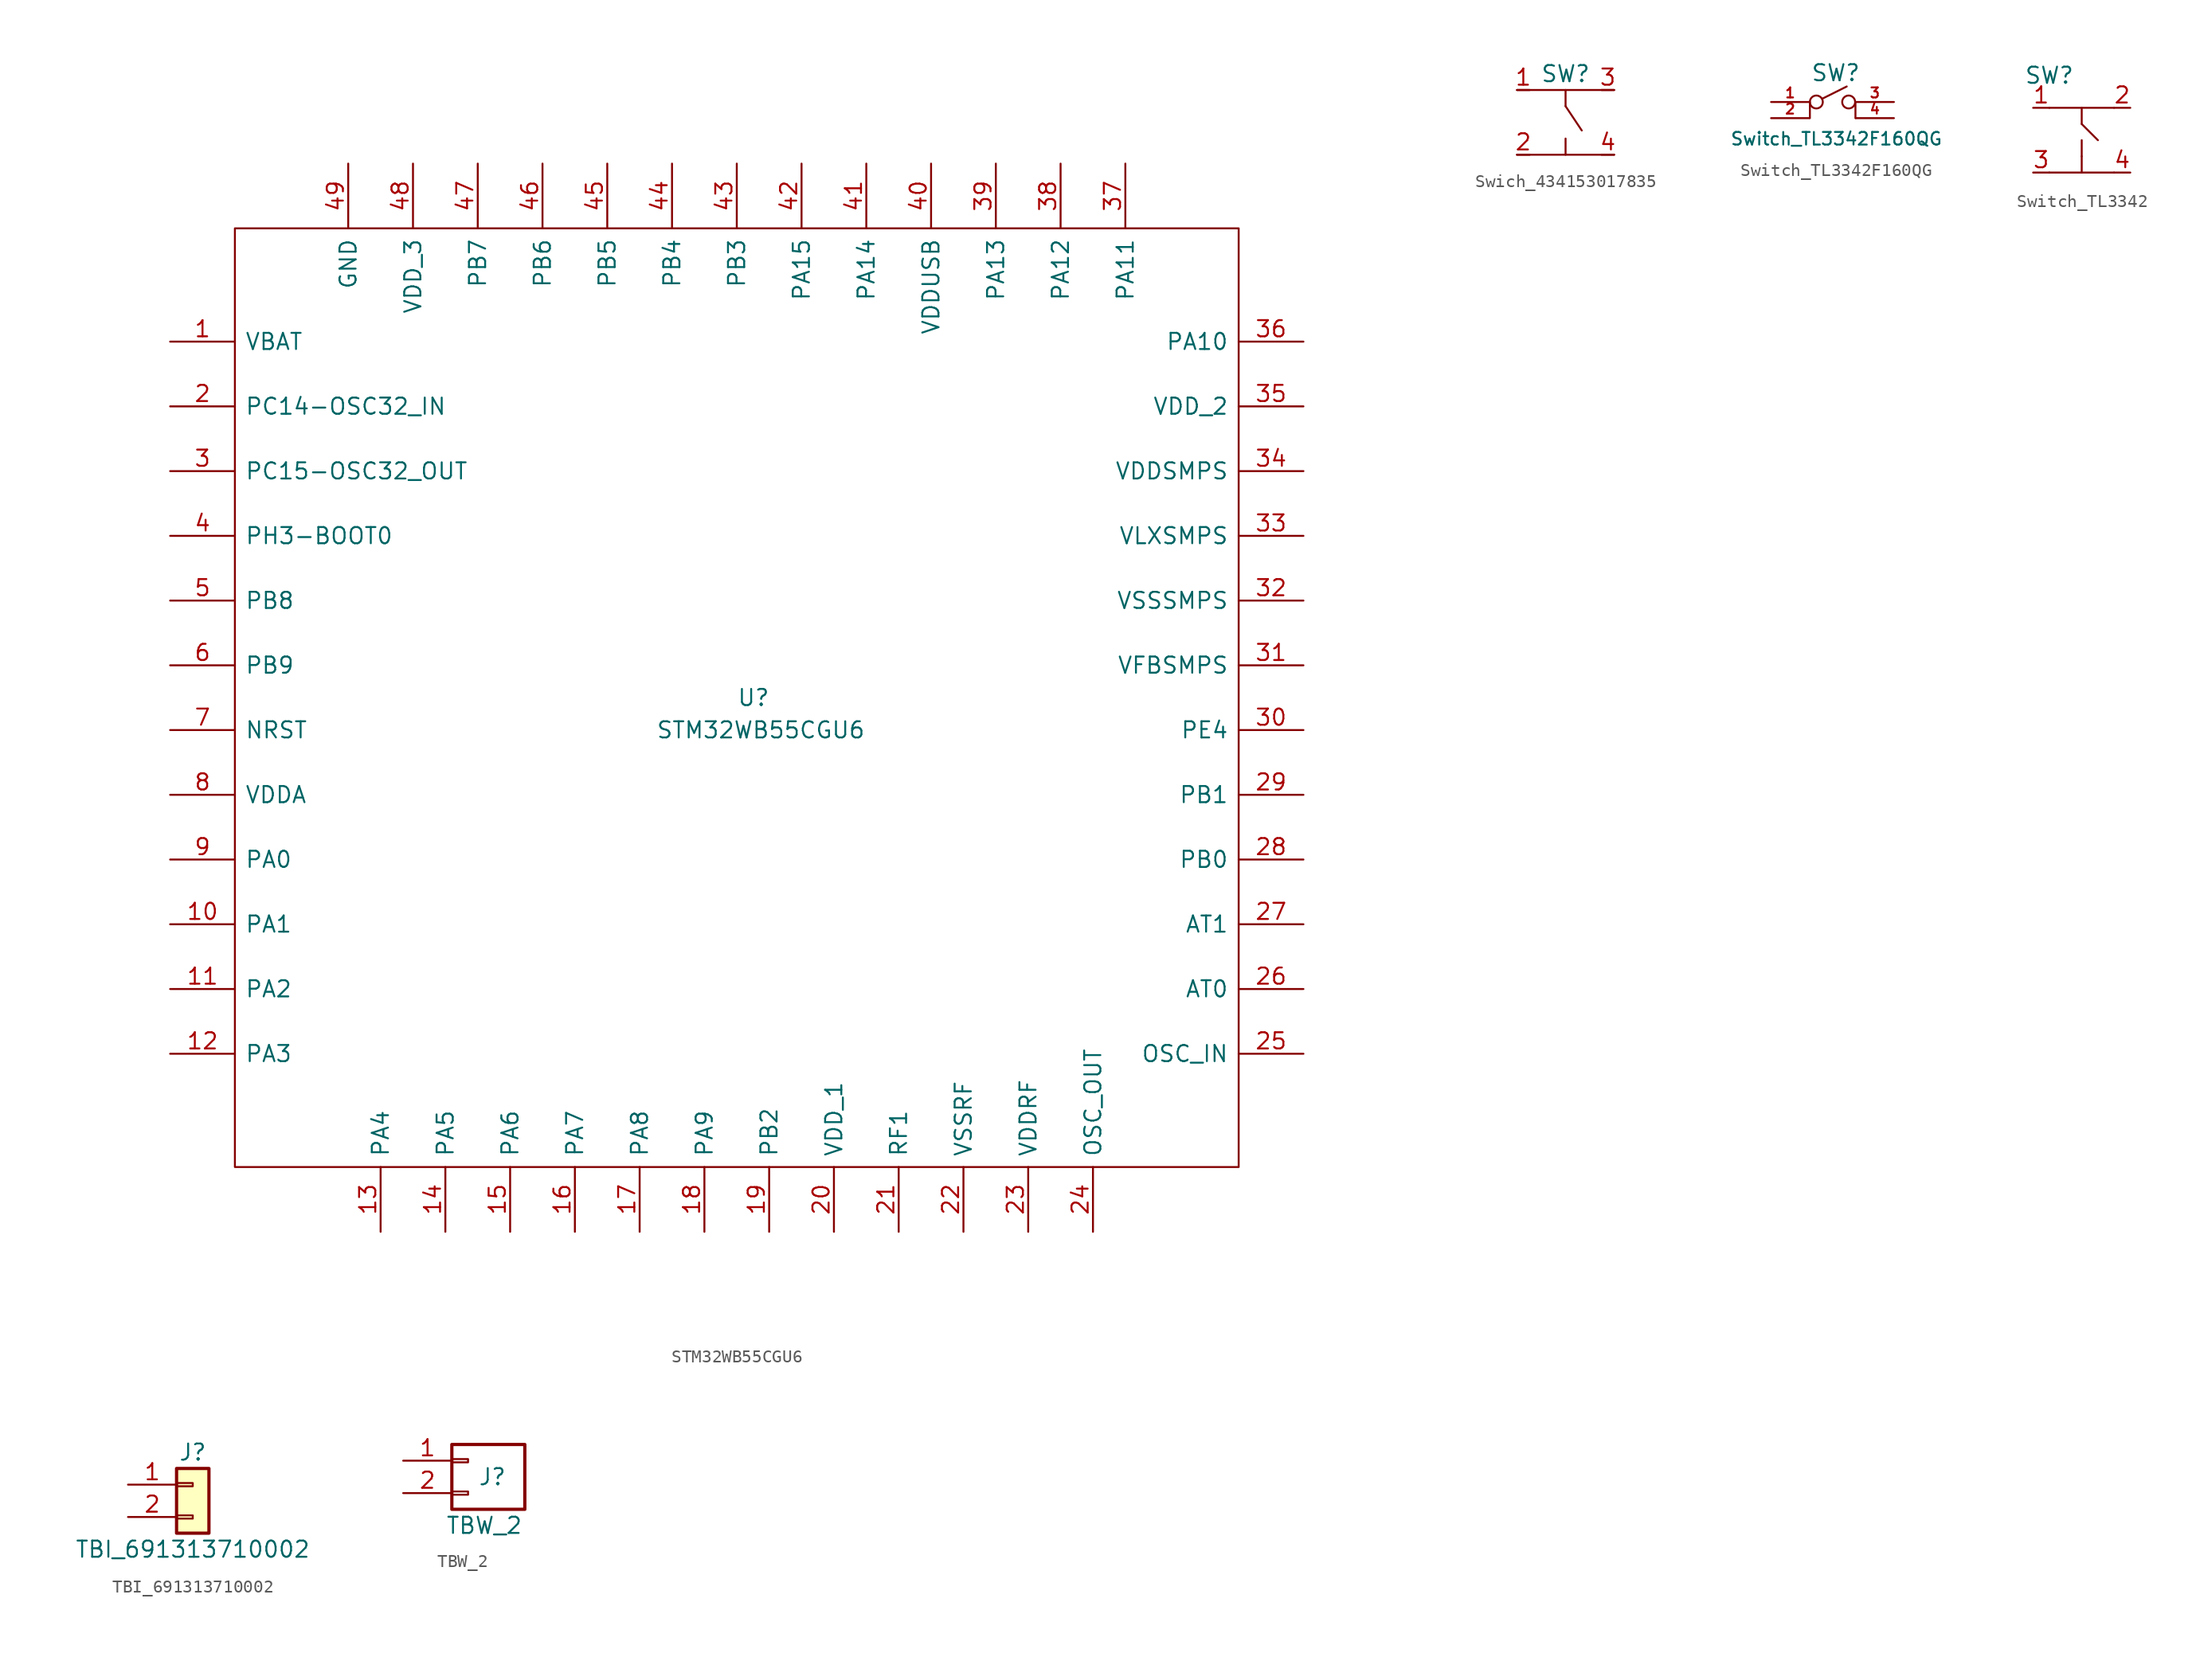
<source format=kicad_sym>
(kicad_symbol_lib
  (version 20211014)
  (generator kicad_symbol_editor)
  (symbol "STM32WB55CGU6"
    (pin_names
      (offset 0.762))
    (property "Reference" "U"
      (at 44.45 -27.94 0)
      (effects (font (size 1.27 1.27)) (justify left)))
    (property "Value" "STM32WB55CGU6"
      (at 38.1 -30.48 0)
      (effects (font (size 1.27 1.27)) (justify left)))
    (symbol "STM32WB55CGU6_0_0"
      (pin unspecified line (at 0 0 0) (length 5.08) (name "VBAT" (effects (font (size 1.27 1.27)))) (number "1" (effects (font (size 1.27 1.27)))))
      (pin unspecified line (at 0 -45.72 0) (length 5.08) (name "PA1" (effects (font (size 1.27 1.27)))) (number "10" (effects (font (size 1.27 1.27)))))
      (pin unspecified line (at 0 -50.8 0) (length 5.08) (name "PA2" (effects (font (size 1.27 1.27)))) (number "11" (effects (font (size 1.27 1.27)))))
      (pin unspecified line (at 0 -55.88 0) (length 5.08) (name "PA3" (effects (font (size 1.27 1.27)))) (number "12" (effects (font (size 1.27 1.27)))))
      (pin unspecified line (at 16.51 -69.85 90) (length 5.08) (name "PA4" (effects (font (size 1.27 1.27)))) (number "13" (effects (font (size 1.27 1.27)))))
      (pin unspecified line (at 21.59 -69.85 90) (length 5.08) (name "PA5" (effects (font (size 1.27 1.27)))) (number "14" (effects (font (size 1.27 1.27)))))
      (pin unspecified line (at 26.67 -69.85 90) (length 5.08) (name "PA6" (effects (font (size 1.27 1.27)))) (number "15" (effects (font (size 1.27 1.27)))))
      (pin unspecified line (at 31.75 -69.85 90) (length 5.08) (name "PA7" (effects (font (size 1.27 1.27)))) (number "16" (effects (font (size 1.27 1.27)))))
      (pin unspecified line (at 36.83 -69.85 90) (length 5.08) (name "PA8" (effects (font (size 1.27 1.27)))) (number "17" (effects (font (size 1.27 1.27)))))
      (pin unspecified line (at 41.91 -69.85 90) (length 5.08) (name "PA9" (effects (font (size 1.27 1.27)))) (number "18" (effects (font (size 1.27 1.27)))))
      (pin unspecified line (at 46.99 -69.85 90) (length 5.08) (name "PB2" (effects (font (size 1.27 1.27)))) (number "19" (effects (font (size 1.27 1.27)))))
      (pin unspecified line (at 0 -5.08 0) (length 5.08) (name "PC14-OSC32_IN" (effects (font (size 1.27 1.27)))) (number "2" (effects (font (size 1.27 1.27)))))
      (pin unspecified line (at 52.07 -69.85 90) (length 5.08) (name "VDD_1" (effects (font (size 1.27 1.27)))) (number "20" (effects (font (size 1.27 1.27)))))
      (pin unspecified line (at 57.15 -69.85 90) (length 5.08) (name "RF1" (effects (font (size 1.27 1.27)))) (number "21" (effects (font (size 1.27 1.27)))))
      (pin unspecified line (at 62.23 -69.85 90) (length 5.08) (name "VSSRF" (effects (font (size 1.27 1.27)))) (number "22" (effects (font (size 1.27 1.27)))))
      (pin unspecified line (at 67.31 -69.85 90) (length 5.08) (name "VDDRF" (effects (font (size 1.27 1.27)))) (number "23" (effects (font (size 1.27 1.27)))))
      (pin unspecified line (at 72.39 -69.85 90) (length 5.08) (name "OSC_OUT" (effects (font (size 1.27 1.27)))) (number "24" (effects (font (size 1.27 1.27)))))
      (pin unspecified line (at 88.9 -55.88 180) (length 5.08) (name "OSC_IN" (effects (font (size 1.27 1.27)))) (number "25" (effects (font (size 1.27 1.27)))))
      (pin unspecified line (at 88.9 -50.8 180) (length 5.08) (name "AT0" (effects (font (size 1.27 1.27)))) (number "26" (effects (font (size 1.27 1.27)))))
      (pin unspecified line (at 88.9 -45.72 180) (length 5.08) (name "AT1" (effects (font (size 1.27 1.27)))) (number "27" (effects (font (size 1.27 1.27)))))
      (pin unspecified line (at 88.9 -40.64 180) (length 5.08) (name "PB0" (effects (font (size 1.27 1.27)))) (number "28" (effects (font (size 1.27 1.27)))))
      (pin unspecified line (at 88.9 -35.56 180) (length 5.08) (name "PB1" (effects (font (size 1.27 1.27)))) (number "29" (effects (font (size 1.27 1.27)))))
      (pin unspecified line (at 0 -10.16 0) (length 5.08) (name "PC15-OSC32_OUT" (effects (font (size 1.27 1.27)))) (number "3" (effects (font (size 1.27 1.27)))))
      (pin unspecified line (at 88.9 -30.48 180) (length 5.08) (name "PE4" (effects (font (size 1.27 1.27)))) (number "30" (effects (font (size 1.27 1.27)))))
      (pin unspecified line (at 88.9 -25.4 180) (length 5.08) (name "VFBSMPS" (effects (font (size 1.27 1.27)))) (number "31" (effects (font (size 1.27 1.27)))))
      (pin unspecified line (at 88.9 -20.32 180) (length 5.08) (name "VSSSMPS" (effects (font (size 1.27 1.27)))) (number "32" (effects (font (size 1.27 1.27)))))
      (pin unspecified line (at 88.9 -15.24 180) (length 5.08) (name "VLXSMPS" (effects (font (size 1.27 1.27)))) (number "33" (effects (font (size 1.27 1.27)))))
      (pin unspecified line (at 88.9 -10.16 180) (length 5.08) (name "VDDSMPS" (effects (font (size 1.27 1.27)))) (number "34" (effects (font (size 1.27 1.27)))))
      (pin unspecified line (at 88.9 -5.08 180) (length 5.08) (name "VDD_2" (effects (font (size 1.27 1.27)))) (number "35" (effects (font (size 1.27 1.27)))))
      (pin unspecified line (at 88.9 0 180) (length 5.08) (name "PA10" (effects (font (size 1.27 1.27)))) (number "36" (effects (font (size 1.27 1.27)))))
      (pin unspecified line (at 74.93 13.97 270) (length 5.08) (name "PA11" (effects (font (size 1.27 1.27)))) (number "37" (effects (font (size 1.27 1.27)))))
      (pin unspecified line (at 69.85 13.97 270) (length 5.08) (name "PA12" (effects (font (size 1.27 1.27)))) (number "38" (effects (font (size 1.27 1.27)))))
      (pin unspecified line (at 64.77 13.97 270) (length 5.08) (name "PA13" (effects (font (size 1.27 1.27)))) (number "39" (effects (font (size 1.27 1.27)))))
      (pin unspecified line (at 0 -15.24 0) (length 5.08) (name "PH3-BOOT0" (effects (font (size 1.27 1.27)))) (number "4" (effects (font (size 1.27 1.27)))))
      (pin unspecified line (at 59.69 13.97 270) (length 5.08) (name "VDDUSB" (effects (font (size 1.27 1.27)))) (number "40" (effects (font (size 1.27 1.27)))))
      (pin unspecified line (at 54.61 13.97 270) (length 5.08) (name "PA14" (effects (font (size 1.27 1.27)))) (number "41" (effects (font (size 1.27 1.27)))))
      (pin unspecified line (at 49.53 13.97 270) (length 5.08) (name "PA15" (effects (font (size 1.27 1.27)))) (number "42" (effects (font (size 1.27 1.27)))))
      (pin unspecified line (at 44.45 13.97 270) (length 5.08) (name "PB3" (effects (font (size 1.27 1.27)))) (number "43" (effects (font (size 1.27 1.27)))))
      (pin unspecified line (at 39.37 13.97 270) (length 5.08) (name "PB4" (effects (font (size 1.27 1.27)))) (number "44" (effects (font (size 1.27 1.27)))))
      (pin unspecified line (at 34.29 13.97 270) (length 5.08) (name "PB5" (effects (font (size 1.27 1.27)))) (number "45" (effects (font (size 1.27 1.27)))))
      (pin unspecified line (at 29.21 13.97 270) (length 5.08) (name "PB6" (effects (font (size 1.27 1.27)))) (number "46" (effects (font (size 1.27 1.27)))))
      (pin unspecified line (at 24.13 13.97 270) (length 5.08) (name "PB7" (effects (font (size 1.27 1.27)))) (number "47" (effects (font (size 1.27 1.27)))))
      (pin unspecified line (at 19.05 13.97 270) (length 5.08) (name "VDD_3" (effects (font (size 1.27 1.27)))) (number "48" (effects (font (size 1.27 1.27)))))
      (pin unspecified line (at 13.97 13.97 270) (length 5.08) (name "GND" (effects (font (size 1.27 1.27)))) (number "49" (effects (font (size 1.27 1.27)))))
      (pin unspecified line (at 0 -20.32 0) (length 5.08) (name "PB8" (effects (font (size 1.27 1.27)))) (number "5" (effects (font (size 1.27 1.27)))))
      (pin unspecified line (at 0 -25.4 0) (length 5.08) (name "PB9" (effects (font (size 1.27 1.27)))) (number "6" (effects (font (size 1.27 1.27)))))
      (pin unspecified line (at 0 -30.48 0) (length 5.08) (name "NRST" (effects (font (size 1.27 1.27)))) (number "7" (effects (font (size 1.27 1.27)))))
      (pin unspecified line (at 0 -35.56 0) (length 5.08) (name "VDDA" (effects (font (size 1.27 1.27)))) (number "8" (effects (font (size 1.27 1.27)))))
      (pin unspecified line (at 0 -40.64 0) (length 5.08) (name "PA0" (effects (font (size 1.27 1.27)))) (number "9" (effects (font (size 1.27 1.27))))))
    (symbol "STM32WB55CGU6_0_1"
      (rectangle (start 5.08 -64.77) (end 83.82 8.89) (stroke (width 0) (type default) (color 0 0 0 0)) (fill (type none)))))
  (symbol "Swich_434153017835"
    (pin_names
      (offset 1.016))
    (property "Reference" "SW"
      (at 3.81 1.27 0)
      (effects (font (size 1.27 1.27))))
    (symbol "Swich_434153017835_0_1"
      (polyline (pts (xy 3.81 -1.27) (xy 5.08 -3.175)) (stroke (width 0) (type default) (color 0 0 0 0)) (fill (type none)))
      (rectangle (start 3.81 -3.81) (end 3.81 -5.08) (stroke (width 0) (type default) (color 0 0 0 0)) (fill (type none)))
      (rectangle (start 3.81 0) (end 3.81 -1.27) (stroke (width 0) (type default) (color 0 0 0 0)) (fill (type none)))
      (rectangle (start 7.62 0) (end 0 0) (stroke (width 0) (type default) (color 0 0 0 0)) (fill (type none))))
    (symbol "Swich_434153017835_1_1"
      (rectangle (start 7.62 -5.08) (end 0 -5.08) (stroke (width 0) (type default) (color 0 0 0 0)) (fill (type none)))
      (pin input line (at 0 0 0) (length 0.991) (name "~" (effects (font (size 1.27 1.27)))) (number "1" (effects (font (size 1.27 1.27)))))
      (pin input line (at 0 -5.08 0) (length 0.991) (name "~" (effects (font (size 1.27 1.27)))) (number "2" (effects (font (size 1.27 1.27)))))
      (pin input line (at 7.62 0 180) (length 0.991) (name "~" (effects (font (size 1.27 1.27)))) (number "3" (effects (font (size 1.27 1.27)))))
      (pin input line (at 7.62 -5.08 180) (length 0.991) (name "~" (effects (font (size 1.27 1.27)))) (number "4" (effects (font (size 1.27 1.27)))))))
  (symbol "Switch_TL3342F160QG"
    (pin_names
      (offset 0) hide)
    (property "Reference" "SW"
      (at -0.508 2.286 0)
      (effects (font (size 1.27 1.27))))
    (property "Value" "Switch_TL3342F160QG"
      (at -0.457 -2.896 0)
      (effects (font (size 0.991 0.991))))
    (symbol "Switch_TL3342F160QG_0_0"
      (circle (center -2.032 0) (radius 0.508) (stroke (width 0) (type default) (color 0 0 0 0)) (fill (type none)))
      (circle (center 0.508 0) (radius 0.508) (stroke (width 0) (type default) (color 0 0 0 0)) (fill (type none))))
    (symbol "Switch_TL3342F160QG_0_1"
      (polyline (pts (xy -2.54 -1.27) (xy -2.54 0)) (stroke (width 0.152) (type default) (color 0 0 0 0)) (fill (type none)))
      (polyline (pts (xy -1.575 0.254) (xy 0.356 1.219)) (stroke (width 0) (type default) (color 0 0 0 0)) (fill (type none)))
      (polyline (pts (xy 1.041 0) (xy 1.041 -1.27)) (stroke (width 0.152) (type default) (color 0 0 0 0)) (fill (type none))))
    (symbol "Switch_TL3342F160QG_1_1"
      (pin passive line (at -5.588 0 0) (length 2.997) (name "~" (effects (font (size 0.787 0.787)))) (number "1" (effects (font (size 0.787 0.787)))))
      (pin passive line (at -5.588 -1.27 0) (length 2.997) (name "~" (effects (font (size 0.787 0.787)))) (number "2" (effects (font (size 0.787 0.787)))))
      (pin passive line (at 4.064 0 180) (length 2.997) (name "~" (effects (font (size 0.787 0.787)))) (number "3" (effects (font (size 0.787 0.787)))))
      (pin passive line (at 4.064 -1.27 180) (length 2.997) (name "~" (effects (font (size 0.787 0.787)))) (number "4" (effects (font (size 0.787 0.787)))))))
  (symbol "Switch_TL3342"
    (pin_names
      (offset 1.016))
    (property "Reference" "SW"
      (at -2.54 5.08 0)
      (effects (font (size 1.27 1.27))))
    (symbol "Switch_TL3342_0_1"
      (polyline (pts (xy -2.54 -2.54) (xy 2.54 -2.54)) (stroke (width 0) (type default) (color 0 0 0 0)) (fill (type none)))
      (polyline (pts (xy -2.54 2.54) (xy 2.54 2.54)) (stroke (width 0) (type default) (color 0 0 0 0)) (fill (type none)))
      (polyline (pts (xy 0 -1.27) (xy 0 -2.54)) (stroke (width 0) (type default) (color 0 0 0 0)) (fill (type none)))
      (polyline (pts (xy 0 -1.27) (xy 0 0)) (stroke (width 0) (type default) (color 0 0 0 0)) (fill (type none)))
      (polyline (pts (xy 0 1.27) (xy 0 2.54)) (stroke (width 0) (type default) (color 0 0 0 0)) (fill (type none)))
      (polyline (pts (xy 0 1.27) (xy 1.27 0)) (stroke (width 0) (type default) (color 0 0 0 0)) (fill (type none))))
    (symbol "Switch_TL3342_1_1"
      (pin input line (at -3.81 2.54 0) (length 1.27) (name "~" (effects (font (size 1.27 1.27)))) (number "1" (effects (font (size 1.27 1.27)))))
      (pin input line (at 3.81 2.54 180) (length 1.27) (name "~" (effects (font (size 1.27 1.27)))) (number "2" (effects (font (size 1.27 1.27)))))
      (pin input line (at -3.81 -2.54 0) (length 1.27) (name "~" (effects (font (size 1.27 1.27)))) (number "3" (effects (font (size 1.27 1.27)))))
      (pin input line (at 3.81 -2.54 180) (length 1.27) (name "~" (effects (font (size 1.27 1.27)))) (number "4" (effects (font (size 1.27 1.27)))))))
  (symbol "TBI_691313710002"
    (pin_names
      (offset 1.016) hide)
    (property "Reference" "J"
      (at 0 2.54 0)
      (effects (font (size 1.27 1.27))))
    (property "Value" "TBI_691313710002"
      (at 0 -5.08 0)
      (effects (font (size 1.27 1.27))))
    (symbol "TBI_691313710002_1_1"
      (rectangle (start -1.27 -2.413) (end 0 -2.667) (stroke (width 0.152) (type default) (color 0 0 0 0)) (fill (type none)))
      (rectangle (start -1.27 0.127) (end 0 -0.127) (stroke (width 0.152) (type default) (color 0 0 0 0)) (fill (type none)))
      (rectangle (start -1.27 1.27) (end 1.27 -3.81) (stroke (width 0.254) (type default) (color 0 0 0 0)) (fill (type background)))
      (pin passive line (at -5.08 0 0) (length 3.81) (name "Pin_1" (effects (font (size 1.27 1.27)))) (number "1" (effects (font (size 1.27 1.27)))))
      (pin passive line (at -5.08 -2.54 0) (length 3.81) (name "Pin_2" (effects (font (size 1.27 1.27)))) (number "2" (effects (font (size 1.27 1.27)))))))
  (symbol "TBW_2"
    (pin_names
      (offset 1.016) hide)
    (property "Reference" "J"
      (at 1.905 -1.27 0)
      (effects (font (size 1.27 1.27))))
    (property "Value" "TBW_2"
      (at 1.27 -5.08 0)
      (effects (font (size 1.27 1.27))))
    (symbol "TBW_2_0_1"
      (rectangle (start -1.27 1.27) (end 4.445 -3.81) (stroke (width 0.254) (type default) (color 0 0 0 0)) (fill (type none))))
    (symbol "TBW_2_1_1"
      (rectangle (start -1.27 -2.413) (end 0 -2.667) (stroke (width 0.152) (type default) (color 0 0 0 0)) (fill (type none)))
      (rectangle (start -1.27 0.127) (end 0 -0.127) (stroke (width 0.152) (type default) (color 0 0 0 0)) (fill (type none)))
      (pin passive line (at -5.08 0 0) (length 3.81) (name "Pin_1" (effects (font (size 1.27 1.27)))) (number "1" (effects (font (size 1.27 1.27)))))
      (pin passive line (at -5.08 -2.54 0) (length 3.81) (name "Pin_2" (effects (font (size 1.27 1.27)))) (number "2" (effects (font (size 1.27 1.27))))))))
</source>
